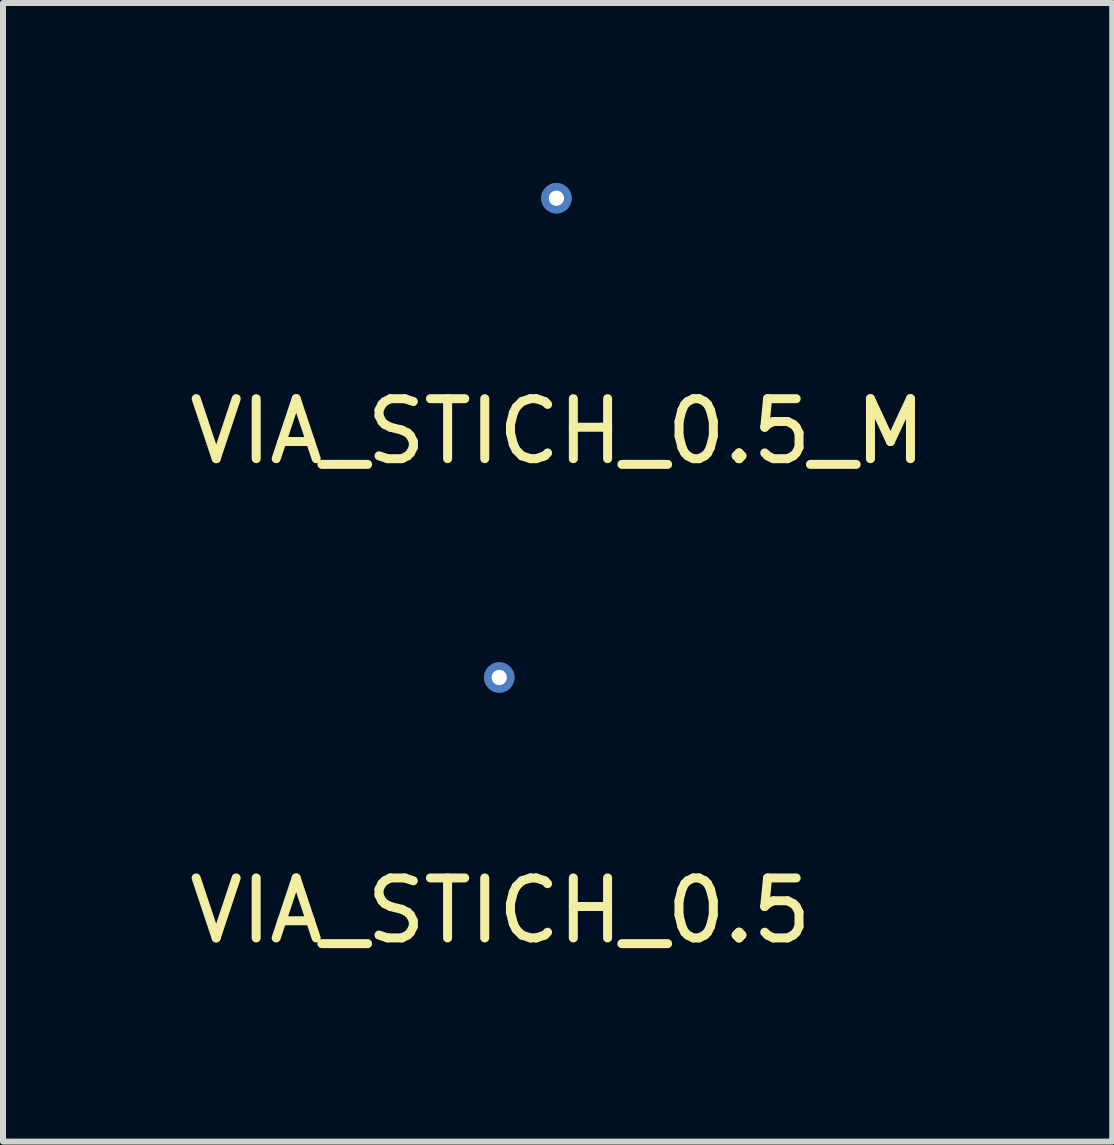
<source format=kicad_pcb>
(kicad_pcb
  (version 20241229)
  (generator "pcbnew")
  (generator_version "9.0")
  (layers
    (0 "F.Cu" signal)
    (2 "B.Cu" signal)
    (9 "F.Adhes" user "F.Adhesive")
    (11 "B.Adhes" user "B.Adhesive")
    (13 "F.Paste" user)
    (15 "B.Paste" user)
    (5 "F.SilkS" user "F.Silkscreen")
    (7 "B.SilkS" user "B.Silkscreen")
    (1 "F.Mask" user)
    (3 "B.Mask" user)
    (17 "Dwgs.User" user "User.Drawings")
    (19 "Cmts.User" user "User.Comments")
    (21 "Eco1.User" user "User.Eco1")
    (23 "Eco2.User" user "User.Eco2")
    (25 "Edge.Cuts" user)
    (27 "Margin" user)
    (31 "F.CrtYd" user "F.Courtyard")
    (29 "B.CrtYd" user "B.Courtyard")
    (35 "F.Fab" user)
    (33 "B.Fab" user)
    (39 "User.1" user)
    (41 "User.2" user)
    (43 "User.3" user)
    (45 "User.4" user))
  (footprint "VIA_STICH_0.5"
    (layer "F.Cu")
    (at 5.271 8.242)
    (property "Reference" "VIA_STICH_0.5" (at 0.02 3.886 0) (layer "F.SilkS") (effects (font (size 1 1) (thickness 0.15))))
    (attr through_hole)
    (pad "1" thru_hole circle (at 0 0) (size 0.508 0.508) (drill 0.254) (layers "*.Cu")))
  (footprint "VIA_STICH_0.5_M"
    (layer "F.Cu")
    (at 6.224 0.254)
    (property "Reference" "VIA_STICH_0.5_M" (at 0.02 3.886 0) (layer "F.SilkS") (effects (font (size 1 1) (thickness 0.15))))
    (attr through_hole)
    (pad "1" thru_hole circle (at 0 0) (size 0.508 0.508) (drill 0.254) (layers "*.Cu" "*.Mask")))
  (gr_rect
    (start -3 -3)
    (end 15.488 15.977)
    (stroke (width 0.1) (type default))
    (fill no)
    (layer "Edge.Cuts")))
</source>
